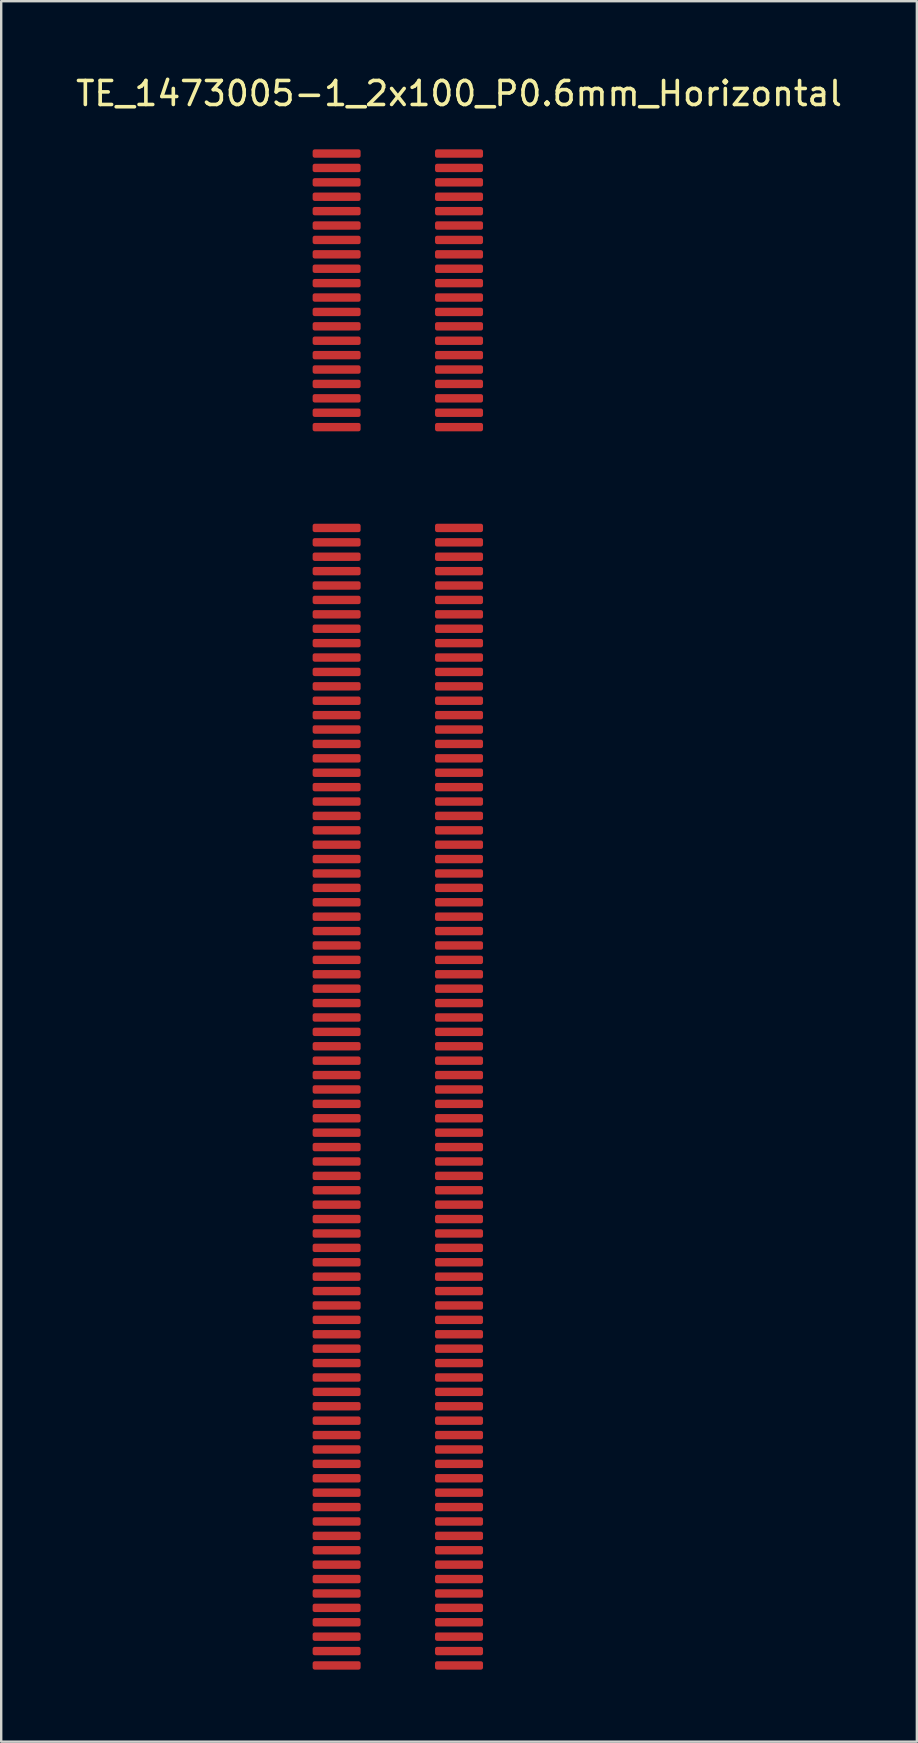
<source format=kicad_pcb>
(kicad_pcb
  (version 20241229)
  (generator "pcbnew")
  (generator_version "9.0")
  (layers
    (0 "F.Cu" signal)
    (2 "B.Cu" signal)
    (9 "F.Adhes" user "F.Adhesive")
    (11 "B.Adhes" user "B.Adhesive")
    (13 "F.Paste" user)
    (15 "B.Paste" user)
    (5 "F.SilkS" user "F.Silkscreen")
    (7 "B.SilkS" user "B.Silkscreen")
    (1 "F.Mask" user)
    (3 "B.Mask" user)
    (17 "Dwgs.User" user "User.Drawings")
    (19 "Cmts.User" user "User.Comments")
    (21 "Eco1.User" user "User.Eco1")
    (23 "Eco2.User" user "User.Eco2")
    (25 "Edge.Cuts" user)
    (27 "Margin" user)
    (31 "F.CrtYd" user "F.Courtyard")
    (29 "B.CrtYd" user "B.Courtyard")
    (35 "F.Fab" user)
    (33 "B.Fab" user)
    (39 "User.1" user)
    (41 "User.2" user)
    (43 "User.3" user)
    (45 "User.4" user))
  (footprint "TE_1473005-1_2x100_P0.6mm_Horizontal"
    (layer "F.Cu")
    (at 16.077 0.348)
    (property "Reference" "TE_1473005-1_2x100_P0.6mm_Horizontal" (at 0 0.5 0) (layer "F.SilkS") (effects (font (size 1 1) (thickness 0.15))))
    (attr through_hole)
    (pad "1" smd roundrect (at -5.1 3) (size 2 0.35) (layers "F.Cu" "F.Mask" "F.Paste") (roundrect_rratio 0.25))
    (pad "2" smd roundrect (at 0 3) (size 2 0.35) (layers "F.Cu" "F.Mask" "F.Paste") (roundrect_rratio 0.25))
    (pad "3" smd roundrect (at -5.1 3.6) (size 2 0.35) (layers "F.Cu" "F.Mask" "F.Paste") (roundrect_rratio 0.25))
    (pad "4" smd roundrect (at 0 3.6) (size 2 0.35) (layers "F.Cu" "F.Mask" "F.Paste") (roundrect_rratio 0.25))
    (pad "5" smd roundrect (at -5.1 4.2) (size 2 0.35) (layers "F.Cu" "F.Mask" "F.Paste") (roundrect_rratio 0.25))
    (pad "6" smd roundrect (at 0 4.2) (size 2 0.35) (layers "F.Cu" "F.Mask" "F.Paste") (roundrect_rratio 0.25))
    (pad "7" smd roundrect (at -5.1 4.8) (size 2 0.35) (layers "F.Cu" "F.Mask" "F.Paste") (roundrect_rratio 0.25))
    (pad "8" smd roundrect (at 0 4.8) (size 2 0.35) (layers "F.Cu" "F.Mask" "F.Paste") (roundrect_rratio 0.25))
    (pad "9" smd roundrect (at -5.1 5.4) (size 2 0.35) (layers "F.Cu" "F.Mask" "F.Paste") (roundrect_rratio 0.25))
    (pad "10" smd roundrect (at 0 5.4) (size 2 0.35) (layers "F.Cu" "F.Mask" "F.Paste") (roundrect_rratio 0.25))
    (pad "11" smd roundrect (at -5.1 6) (size 2 0.35) (layers "F.Cu" "F.Mask" "F.Paste") (roundrect_rratio 0.25))
    (pad "12" smd roundrect (at 0 6) (size 2 0.35) (layers "F.Cu" "F.Mask" "F.Paste") (roundrect_rratio 0.25))
    (pad "13" smd roundrect (at -5.1 6.6) (size 2 0.35) (layers "F.Cu" "F.Mask" "F.Paste") (roundrect_rratio 0.25))
    (pad "14" smd roundrect (at 0 6.6) (size 2 0.35) (layers "F.Cu" "F.Mask" "F.Paste") (roundrect_rratio 0.25))
    (pad "15" smd roundrect (at -5.1 7.2) (size 2 0.35) (layers "F.Cu" "F.Mask" "F.Paste") (roundrect_rratio 0.25))
    (pad "16" smd roundrect (at 0 7.2) (size 2 0.35) (layers "F.Cu" "F.Mask" "F.Paste") (roundrect_rratio 0.25))
    (pad "17" smd roundrect (at -5.1 7.8) (size 2 0.35) (layers "F.Cu" "F.Mask" "F.Paste") (roundrect_rratio 0.25))
    (pad "18" smd roundrect (at 0 7.8) (size 2 0.35) (layers "F.Cu" "F.Mask" "F.Paste") (roundrect_rratio 0.25))
    (pad "19" smd roundrect (at -5.1 8.4) (size 2 0.35) (layers "F.Cu" "F.Mask" "F.Paste") (roundrect_rratio 0.25))
    (pad "20" smd roundrect (at 0 8.4) (size 2 0.35) (layers "F.Cu" "F.Mask" "F.Paste") (roundrect_rratio 0.25))
    (pad "21" smd roundrect (at -5.1 9) (size 2 0.35) (layers "F.Cu" "F.Mask" "F.Paste") (roundrect_rratio 0.25))
    (pad "22" smd roundrect (at 0 9) (size 2 0.35) (layers "F.Cu" "F.Mask" "F.Paste") (roundrect_rratio 0.25))
    (pad "23" smd roundrect (at -5.1 9.6) (size 2 0.35) (layers "F.Cu" "F.Mask" "F.Paste") (roundrect_rratio 0.25))
    (pad "24" smd roundrect (at 0 9.6) (size 2 0.35) (layers "F.Cu" "F.Mask" "F.Paste") (roundrect_rratio 0.25))
    (pad "25" smd roundrect (at -5.1 10.2) (size 2 0.35) (layers "F.Cu" "F.Mask" "F.Paste") (roundrect_rratio 0.25))
    (pad "26" smd roundrect (at 0 10.2) (size 2 0.35) (layers "F.Cu" "F.Mask" "F.Paste") (roundrect_rratio 0.25))
    (pad "27" smd roundrect (at -5.1 10.8) (size 2 0.35) (layers "F.Cu" "F.Mask" "F.Paste") (roundrect_rratio 0.25))
    (pad "28" smd roundrect (at 0 10.8) (size 2 0.35) (layers "F.Cu" "F.Mask" "F.Paste") (roundrect_rratio 0.25))
    (pad "29" smd roundrect (at -5.1 11.4) (size 2 0.35) (layers "F.Cu" "F.Mask" "F.Paste") (roundrect_rratio 0.25))
    (pad "30" smd roundrect (at 0 11.4) (size 2 0.35) (layers "F.Cu" "F.Mask" "F.Paste") (roundrect_rratio 0.25))
    (pad "31" smd roundrect (at -5.1 12) (size 2 0.35) (layers "F.Cu" "F.Mask" "F.Paste") (roundrect_rratio 0.25))
    (pad "32" smd roundrect (at 0 12) (size 2 0.35) (layers "F.Cu" "F.Mask" "F.Paste") (roundrect_rratio 0.25))
    (pad "33" smd roundrect (at -5.1 12.6) (size 2 0.35) (layers "F.Cu" "F.Mask" "F.Paste") (roundrect_rratio 0.25))
    (pad "34" smd roundrect (at 0 12.6) (size 2 0.35) (layers "F.Cu" "F.Mask" "F.Paste") (roundrect_rratio 0.25))
    (pad "35" smd roundrect (at -5.1 13.2) (size 2 0.35) (layers "F.Cu" "F.Mask" "F.Paste") (roundrect_rratio 0.25))
    (pad "36" smd roundrect (at 0 13.2) (size 2 0.35) (layers "F.Cu" "F.Mask" "F.Paste") (roundrect_rratio 0.25))
    (pad "37" smd roundrect (at -5.1 13.8) (size 2 0.35) (layers "F.Cu" "F.Mask" "F.Paste") (roundrect_rratio 0.25))
    (pad "38" smd roundrect (at 0 13.8) (size 2 0.35) (layers "F.Cu" "F.Mask" "F.Paste") (roundrect_rratio 0.25))
    (pad "39" smd roundrect (at -5.1 14.4) (size 2 0.35) (layers "F.Cu" "F.Mask" "F.Paste") (roundrect_rratio 0.25))
    (pad "40" smd roundrect (at 0 14.4) (size 2 0.35) (layers "F.Cu" "F.Mask" "F.Paste") (roundrect_rratio 0.25))
    (pad "41" smd roundrect (at -5.1 18.6) (size 2 0.35) (layers "F.Cu" "F.Mask" "F.Paste") (roundrect_rratio 0.25))
    (pad "42" smd roundrect (at 0 18.6) (size 2 0.35) (layers "F.Cu" "F.Mask" "F.Paste") (roundrect_rratio 0.25))
    (pad "43" smd roundrect (at -5.1 19.2) (size 2 0.35) (layers "F.Cu" "F.Mask" "F.Paste") (roundrect_rratio 0.25))
    (pad "44" smd roundrect (at 0 19.2) (size 2 0.35) (layers "F.Cu" "F.Mask" "F.Paste") (roundrect_rratio 0.25))
    (pad "45" smd roundrect (at -5.1 19.8) (size 2 0.35) (layers "F.Cu" "F.Mask" "F.Paste") (roundrect_rratio 0.25))
    (pad "46" smd roundrect (at 0 19.8) (size 2 0.35) (layers "F.Cu" "F.Mask" "F.Paste") (roundrect_rratio 0.25))
    (pad "47" smd roundrect (at -5.1 20.4) (size 2 0.35) (layers "F.Cu" "F.Mask" "F.Paste") (roundrect_rratio 0.25))
    (pad "48" smd roundrect (at 0 20.4) (size 2 0.35) (layers "F.Cu" "F.Mask" "F.Paste") (roundrect_rratio 0.25))
    (pad "49" smd roundrect (at -5.1 21) (size 2 0.35) (layers "F.Cu" "F.Mask" "F.Paste") (roundrect_rratio 0.25))
    (pad "50" smd roundrect (at 0 21) (size 2 0.35) (layers "F.Cu" "F.Mask" "F.Paste") (roundrect_rratio 0.25))
    (pad "51" smd roundrect (at -5.1 21.6) (size 2 0.35) (layers "F.Cu" "F.Mask" "F.Paste") (roundrect_rratio 0.25))
    (pad "52" smd roundrect (at 0 21.6) (size 2 0.35) (layers "F.Cu" "F.Mask" "F.Paste") (roundrect_rratio 0.25))
    (pad "53" smd roundrect (at -5.1 22.2) (size 2 0.35) (layers "F.Cu" "F.Mask" "F.Paste") (roundrect_rratio 0.25))
    (pad "54" smd roundrect (at 0 22.2) (size 2 0.35) (layers "F.Cu" "F.Mask" "F.Paste") (roundrect_rratio 0.25))
    (pad "55" smd roundrect (at -5.1 22.8) (size 2 0.35) (layers "F.Cu" "F.Mask" "F.Paste") (roundrect_rratio 0.25))
    (pad "56" smd roundrect (at 0 22.8) (size 2 0.35) (layers "F.Cu" "F.Mask" "F.Paste") (roundrect_rratio 0.25))
    (pad "57" smd roundrect (at -5.1 23.4) (size 2 0.35) (layers "F.Cu" "F.Mask" "F.Paste") (roundrect_rratio 0.25))
    (pad "58" smd roundrect (at 0 23.4) (size 2 0.35) (layers "F.Cu" "F.Mask" "F.Paste") (roundrect_rratio 0.25))
    (pad "59" smd roundrect (at -5.1 24) (size 2 0.35) (layers "F.Cu" "F.Mask" "F.Paste") (roundrect_rratio 0.25))
    (pad "60" smd roundrect (at 0 24) (size 2 0.35) (layers "F.Cu" "F.Mask" "F.Paste") (roundrect_rratio 0.25))
    (pad "61" smd roundrect (at -5.1 24.6) (size 2 0.35) (layers "F.Cu" "F.Mask" "F.Paste") (roundrect_rratio 0.25))
    (pad "62" smd roundrect (at 0 24.6) (size 2 0.35) (layers "F.Cu" "F.Mask" "F.Paste") (roundrect_rratio 0.25))
    (pad "63" smd roundrect (at -5.1 25.2) (size 2 0.35) (layers "F.Cu" "F.Mask" "F.Paste") (roundrect_rratio 0.25))
    (pad "64" smd roundrect (at 0 25.2) (size 2 0.35) (layers "F.Cu" "F.Mask" "F.Paste") (roundrect_rratio 0.25))
    (pad "65" smd roundrect (at -5.1 25.8) (size 2 0.35) (layers "F.Cu" "F.Mask" "F.Paste") (roundrect_rratio 0.25))
    (pad "66" smd roundrect (at 0 25.8) (size 2 0.35) (layers "F.Cu" "F.Mask" "F.Paste") (roundrect_rratio 0.25))
    (pad "67" smd roundrect (at -5.1 26.4) (size 2 0.35) (layers "F.Cu" "F.Mask" "F.Paste") (roundrect_rratio 0.25))
    (pad "68" smd roundrect (at 0 26.4) (size 2 0.35) (layers "F.Cu" "F.Mask" "F.Paste") (roundrect_rratio 0.25))
    (pad "69" smd roundrect (at -5.1 27) (size 2 0.35) (layers "F.Cu" "F.Mask" "F.Paste") (roundrect_rratio 0.25))
    (pad "70" smd roundrect (at 0 27) (size 2 0.35) (layers "F.Cu" "F.Mask" "F.Paste") (roundrect_rratio 0.25))
    (pad "71" smd roundrect (at -5.1 27.6) (size 2 0.35) (layers "F.Cu" "F.Mask" "F.Paste") (roundrect_rratio 0.25))
    (pad "72" smd roundrect (at 0 27.6) (size 2 0.35) (layers "F.Cu" "F.Mask" "F.Paste") (roundrect_rratio 0.25))
    (pad "73" smd roundrect (at -5.1 28.2) (size 2 0.35) (layers "F.Cu" "F.Mask" "F.Paste") (roundrect_rratio 0.25))
    (pad "74" smd roundrect (at 0 28.2) (size 2 0.35) (layers "F.Cu" "F.Mask" "F.Paste") (roundrect_rratio 0.25))
    (pad "75" smd roundrect (at -5.1 28.8) (size 2 0.35) (layers "F.Cu" "F.Mask" "F.Paste") (roundrect_rratio 0.25))
    (pad "76" smd roundrect (at 0 28.8) (size 2 0.35) (layers "F.Cu" "F.Mask" "F.Paste") (roundrect_rratio 0.25))
    (pad "77" smd roundrect (at -5.1 29.4) (size 2 0.35) (layers "F.Cu" "F.Mask" "F.Paste") (roundrect_rratio 0.25))
    (pad "78" smd roundrect (at 0 29.4) (size 2 0.35) (layers "F.Cu" "F.Mask" "F.Paste") (roundrect_rratio 0.25))
    (pad "79" smd roundrect (at -5.1 30) (size 2 0.35) (layers "F.Cu" "F.Mask" "F.Paste") (roundrect_rratio 0.25))
    (pad "80" smd roundrect (at 0 30) (size 2 0.35) (layers "F.Cu" "F.Mask" "F.Paste") (roundrect_rratio 0.25))
    (pad "81" smd roundrect (at -5.1 30.6) (size 2 0.35) (layers "F.Cu" "F.Mask" "F.Paste") (roundrect_rratio 0.25))
    (pad "82" smd roundrect (at 0 30.6) (size 2 0.35) (layers "F.Cu" "F.Mask" "F.Paste") (roundrect_rratio 0.25))
    (pad "83" smd roundrect (at -5.1 31.2) (size 2 0.35) (layers "F.Cu" "F.Mask" "F.Paste") (roundrect_rratio 0.25))
    (pad "84" smd roundrect (at 0 31.2) (size 2 0.35) (layers "F.Cu" "F.Mask" "F.Paste") (roundrect_rratio 0.25))
    (pad "85" smd roundrect (at -5.1 31.8) (size 2 0.35) (layers "F.Cu" "F.Mask" "F.Paste") (roundrect_rratio 0.25))
    (pad "86" smd roundrect (at 0 31.8) (size 2 0.35) (layers "F.Cu" "F.Mask" "F.Paste") (roundrect_rratio 0.25))
    (pad "87" smd roundrect (at -5.1 32.4) (size 2 0.35) (layers "F.Cu" "F.Mask" "F.Paste") (roundrect_rratio 0.25))
    (pad "88" smd roundrect (at 0 32.4) (size 2 0.35) (layers "F.Cu" "F.Mask" "F.Paste") (roundrect_rratio 0.25))
    (pad "89" smd roundrect (at -5.1 33) (size 2 0.35) (layers "F.Cu" "F.Mask" "F.Paste") (roundrect_rratio 0.25))
    (pad "90" smd roundrect (at 0 33) (size 2 0.35) (layers "F.Cu" "F.Mask" "F.Paste") (roundrect_rratio 0.25))
    (pad "91" smd roundrect (at -5.1 33.6) (size 2 0.35) (layers "F.Cu" "F.Mask" "F.Paste") (roundrect_rratio 0.25))
    (pad "92" smd roundrect (at 0 33.6) (size 2 0.35) (layers "F.Cu" "F.Mask" "F.Paste") (roundrect_rratio 0.25))
    (pad "93" smd roundrect (at -5.1 34.2) (size 2 0.35) (layers "F.Cu" "F.Mask" "F.Paste") (roundrect_rratio 0.25))
    (pad "94" smd roundrect (at 0 34.2) (size 2 0.35) (layers "F.Cu" "F.Mask" "F.Paste") (roundrect_rratio 0.25))
    (pad "95" smd roundrect (at -5.1 34.8) (size 2 0.35) (layers "F.Cu" "F.Mask" "F.Paste") (roundrect_rratio 0.25))
    (pad "96" smd roundrect (at 0 34.8) (size 2 0.35) (layers "F.Cu" "F.Mask" "F.Paste") (roundrect_rratio 0.25))
    (pad "97" smd roundrect (at -5.1 35.4) (size 2 0.35) (layers "F.Cu" "F.Mask" "F.Paste") (roundrect_rratio 0.25))
    (pad "98" smd roundrect (at 0 35.4) (size 2 0.35) (layers "F.Cu" "F.Mask" "F.Paste") (roundrect_rratio 0.25))
    (pad "99" smd roundrect (at -5.1 36) (size 2 0.35) (layers "F.Cu" "F.Mask" "F.Paste") (roundrect_rratio 0.25))
    (pad "100" smd roundrect (at 0 36) (size 2 0.35) (layers "F.Cu" "F.Mask" "F.Paste") (roundrect_rratio 0.25))
    (pad "101" smd roundrect (at -5.1 36.6) (size 2 0.35) (layers "F.Cu" "F.Mask" "F.Paste") (roundrect_rratio 0.25))
    (pad "102" smd roundrect (at 0 36.6) (size 2 0.35) (layers "F.Cu" "F.Mask" "F.Paste") (roundrect_rratio 0.25))
    (pad "103" smd roundrect (at -5.1 37.2) (size 2 0.35) (layers "F.Cu" "F.Mask" "F.Paste") (roundrect_rratio 0.25))
    (pad "104" smd roundrect (at 0 37.2) (size 2 0.35) (layers "F.Cu" "F.Mask" "F.Paste") (roundrect_rratio 0.25))
    (pad "105" smd roundrect (at -5.1 37.8) (size 2 0.35) (layers "F.Cu" "F.Mask" "F.Paste") (roundrect_rratio 0.25))
    (pad "106" smd roundrect (at 0 37.8) (size 2 0.35) (layers "F.Cu" "F.Mask" "F.Paste") (roundrect_rratio 0.25))
    (pad "107" smd roundrect (at -5.1 38.4) (size 2 0.35) (layers "F.Cu" "F.Mask" "F.Paste") (roundrect_rratio 0.25))
    (pad "108" smd roundrect (at 0 38.4) (size 2 0.35) (layers "F.Cu" "F.Mask" "F.Paste") (roundrect_rratio 0.25))
    (pad "109" smd roundrect (at -5.1 39) (size 2 0.35) (layers "F.Cu" "F.Mask" "F.Paste") (roundrect_rratio 0.25))
    (pad "110" smd roundrect (at 0 39) (size 2 0.35) (layers "F.Cu" "F.Mask" "F.Paste") (roundrect_rratio 0.25))
    (pad "111" smd roundrect (at -5.1 39.6) (size 2 0.35) (layers "F.Cu" "F.Mask" "F.Paste") (roundrect_rratio 0.25))
    (pad "112" smd roundrect (at 0 39.6) (size 2 0.35) (layers "F.Cu" "F.Mask" "F.Paste") (roundrect_rratio 0.25))
    (pad "113" smd roundrect (at -5.1 40.2) (size 2 0.35) (layers "F.Cu" "F.Mask" "F.Paste") (roundrect_rratio 0.25))
    (pad "114" smd roundrect (at 0 40.2) (size 2 0.35) (layers "F.Cu" "F.Mask" "F.Paste") (roundrect_rratio 0.25))
    (pad "115" smd roundrect (at -5.1 40.8) (size 2 0.35) (layers "F.Cu" "F.Mask" "F.Paste") (roundrect_rratio 0.25))
    (pad "116" smd roundrect (at 0 40.8) (size 2 0.35) (layers "F.Cu" "F.Mask" "F.Paste") (roundrect_rratio 0.25))
    (pad "117" smd roundrect (at -5.1 41.4) (size 2 0.35) (layers "F.Cu" "F.Mask" "F.Paste") (roundrect_rratio 0.25))
    (pad "118" smd roundrect (at 0 41.4) (size 2 0.35) (layers "F.Cu" "F.Mask" "F.Paste") (roundrect_rratio 0.25))
    (pad "119" smd roundrect (at -5.1 42) (size 2 0.35) (layers "F.Cu" "F.Mask" "F.Paste") (roundrect_rratio 0.25))
    (pad "120" smd roundrect (at 0 42) (size 2 0.35) (layers "F.Cu" "F.Mask" "F.Paste") (roundrect_rratio 0.25))
    (pad "121" smd roundrect (at -5.1 42.6) (size 2 0.35) (layers "F.Cu" "F.Mask" "F.Paste") (roundrect_rratio 0.25))
    (pad "122" smd roundrect (at 0 42.6) (size 2 0.35) (layers "F.Cu" "F.Mask" "F.Paste") (roundrect_rratio 0.25))
    (pad "123" smd roundrect (at -5.1 43.2) (size 2 0.35) (layers "F.Cu" "F.Mask" "F.Paste") (roundrect_rratio 0.25))
    (pad "124" smd roundrect (at 0 43.2) (size 2 0.35) (layers "F.Cu" "F.Mask" "F.Paste") (roundrect_rratio 0.25))
    (pad "125" smd roundrect (at -5.1 43.8) (size 2 0.35) (layers "F.Cu" "F.Mask" "F.Paste") (roundrect_rratio 0.25))
    (pad "126" smd roundrect (at 0 43.8) (size 2 0.35) (layers "F.Cu" "F.Mask" "F.Paste") (roundrect_rratio 0.25))
    (pad "127" smd roundrect (at -5.1 44.4) (size 2 0.35) (layers "F.Cu" "F.Mask" "F.Paste") (roundrect_rratio 0.25))
    (pad "128" smd roundrect (at 0 44.4) (size 2 0.35) (layers "F.Cu" "F.Mask" "F.Paste") (roundrect_rratio 0.25))
    (pad "129" smd roundrect (at -5.1 45) (size 2 0.35) (layers "F.Cu" "F.Mask" "F.Paste") (roundrect_rratio 0.25))
    (pad "130" smd roundrect (at 0 45) (size 2 0.35) (layers "F.Cu" "F.Mask" "F.Paste") (roundrect_rratio 0.25))
    (pad "131" smd roundrect (at -5.1 45.6) (size 2 0.35) (layers "F.Cu" "F.Mask" "F.Paste") (roundrect_rratio 0.25))
    (pad "132" smd roundrect (at 0 45.6) (size 2 0.35) (layers "F.Cu" "F.Mask" "F.Paste") (roundrect_rratio 0.25))
    (pad "133" smd roundrect (at -5.1 46.2) (size 2 0.35) (layers "F.Cu" "F.Mask" "F.Paste") (roundrect_rratio 0.25))
    (pad "134" smd roundrect (at 0 46.2) (size 2 0.35) (layers "F.Cu" "F.Mask" "F.Paste") (roundrect_rratio 0.25))
    (pad "135" smd roundrect (at -5.1 46.8) (size 2 0.35) (layers "F.Cu" "F.Mask" "F.Paste") (roundrect_rratio 0.25))
    (pad "136" smd roundrect (at 0 46.8) (size 2 0.35) (layers "F.Cu" "F.Mask" "F.Paste") (roundrect_rratio 0.25))
    (pad "137" smd roundrect (at -5.1 47.4) (size 2 0.35) (layers "F.Cu" "F.Mask" "F.Paste") (roundrect_rratio 0.25))
    (pad "138" smd roundrect (at 0 47.4) (size 2 0.35) (layers "F.Cu" "F.Mask" "F.Paste") (roundrect_rratio 0.25))
    (pad "139" smd roundrect (at -5.1 48) (size 2 0.35) (layers "F.Cu" "F.Mask" "F.Paste") (roundrect_rratio 0.25))
    (pad "140" smd roundrect (at 0 48) (size 2 0.35) (layers "F.Cu" "F.Mask" "F.Paste") (roundrect_rratio 0.25))
    (pad "141" smd roundrect (at -5.1 48.6) (size 2 0.35) (layers "F.Cu" "F.Mask" "F.Paste") (roundrect_rratio 0.25))
    (pad "142" smd roundrect (at 0 48.6) (size 2 0.35) (layers "F.Cu" "F.Mask" "F.Paste") (roundrect_rratio 0.25))
    (pad "143" smd roundrect (at -5.1 49.2) (size 2 0.35) (layers "F.Cu" "F.Mask" "F.Paste") (roundrect_rratio 0.25))
    (pad "144" smd roundrect (at 0 49.2) (size 2 0.35) (layers "F.Cu" "F.Mask" "F.Paste") (roundrect_rratio 0.25))
    (pad "145" smd roundrect (at -5.1 49.8) (size 2 0.35) (layers "F.Cu" "F.Mask" "F.Paste") (roundrect_rratio 0.25))
    (pad "146" smd roundrect (at 0 49.8) (size 2 0.35) (layers "F.Cu" "F.Mask" "F.Paste") (roundrect_rratio 0.25))
    (pad "147" smd roundrect (at -5.1 50.4) (size 2 0.35) (layers "F.Cu" "F.Mask" "F.Paste") (roundrect_rratio 0.25))
    (pad "148" smd roundrect (at 0 50.4) (size 2 0.35) (layers "F.Cu" "F.Mask" "F.Paste") (roundrect_rratio 0.25))
    (pad "149" smd roundrect (at -5.1 51) (size 2 0.35) (layers "F.Cu" "F.Mask" "F.Paste") (roundrect_rratio 0.25))
    (pad "150" smd roundrect (at 0 51) (size 2 0.35) (layers "F.Cu" "F.Mask" "F.Paste") (roundrect_rratio 0.25))
    (pad "151" smd roundrect (at -5.1 51.6) (size 2 0.35) (layers "F.Cu" "F.Mask" "F.Paste") (roundrect_rratio 0.25))
    (pad "152" smd roundrect (at 0 51.6) (size 2 0.35) (layers "F.Cu" "F.Mask" "F.Paste") (roundrect_rratio 0.25))
    (pad "153" smd roundrect (at -5.1 52.2) (size 2 0.35) (layers "F.Cu" "F.Mask" "F.Paste") (roundrect_rratio 0.25))
    (pad "154" smd roundrect (at 0 52.2) (size 2 0.35) (layers "F.Cu" "F.Mask" "F.Paste") (roundrect_rratio 0.25))
    (pad "155" smd roundrect (at -5.1 52.8) (size 2 0.35) (layers "F.Cu" "F.Mask" "F.Paste") (roundrect_rratio 0.25))
    (pad "156" smd roundrect (at 0 52.8) (size 2 0.35) (layers "F.Cu" "F.Mask" "F.Paste") (roundrect_rratio 0.25))
    (pad "157" smd roundrect (at -5.1 53.4) (size 2 0.35) (layers "F.Cu" "F.Mask" "F.Paste") (roundrect_rratio 0.25))
    (pad "158" smd roundrect (at 0 53.4) (size 2 0.35) (layers "F.Cu" "F.Mask" "F.Paste") (roundrect_rratio 0.25))
    (pad "159" smd roundrect (at -5.1 54) (size 2 0.35) (layers "F.Cu" "F.Mask" "F.Paste") (roundrect_rratio 0.25))
    (pad "160" smd roundrect (at 0 54) (size 2 0.35) (layers "F.Cu" "F.Mask" "F.Paste") (roundrect_rratio 0.25))
    (pad "161" smd roundrect (at -5.1 54.6) (size 2 0.35) (layers "F.Cu" "F.Mask" "F.Paste") (roundrect_rratio 0.25))
    (pad "162" smd roundrect (at 0 54.6) (size 2 0.35) (layers "F.Cu" "F.Mask" "F.Paste") (roundrect_rratio 0.25))
    (pad "163" smd roundrect (at -5.1 55.2) (size 2 0.35) (layers "F.Cu" "F.Mask" "F.Paste") (roundrect_rratio 0.25))
    (pad "164" smd roundrect (at 0 55.2) (size 2 0.35) (layers "F.Cu" "F.Mask" "F.Paste") (roundrect_rratio 0.25))
    (pad "165" smd roundrect (at -5.1 55.8) (size 2 0.35) (layers "F.Cu" "F.Mask" "F.Paste") (roundrect_rratio 0.25))
    (pad "166" smd roundrect (at 0 55.8) (size 2 0.35) (layers "F.Cu" "F.Mask" "F.Paste") (roundrect_rratio 0.25))
    (pad "167" smd roundrect (at -5.1 56.4) (size 2 0.35) (layers "F.Cu" "F.Mask" "F.Paste") (roundrect_rratio 0.25))
    (pad "168" smd roundrect (at 0 56.4) (size 2 0.35) (layers "F.Cu" "F.Mask" "F.Paste") (roundrect_rratio 0.25))
    (pad "169" smd roundrect (at -5.1 57) (size 2 0.35) (layers "F.Cu" "F.Mask" "F.Paste") (roundrect_rratio 0.25))
    (pad "170" smd roundrect (at 0 57) (size 2 0.35) (layers "F.Cu" "F.Mask" "F.Paste") (roundrect_rratio 0.25))
    (pad "171" smd roundrect (at -5.1 57.6) (size 2 0.35) (layers "F.Cu" "F.Mask" "F.Paste") (roundrect_rratio 0.25))
    (pad "172" smd roundrect (at 0 57.6) (size 2 0.35) (layers "F.Cu" "F.Mask" "F.Paste") (roundrect_rratio 0.25))
    (pad "173" smd roundrect (at -5.1 58.2) (size 2 0.35) (layers "F.Cu" "F.Mask" "F.Paste") (roundrect_rratio 0.25))
    (pad "174" smd roundrect (at 0 58.2) (size 2 0.35) (layers "F.Cu" "F.Mask" "F.Paste") (roundrect_rratio 0.25))
    (pad "175" smd roundrect (at -5.1 58.8) (size 2 0.35) (layers "F.Cu" "F.Mask" "F.Paste") (roundrect_rratio 0.25))
    (pad "176" smd roundrect (at 0 58.8) (size 2 0.35) (layers "F.Cu" "F.Mask" "F.Paste") (roundrect_rratio 0.25))
    (pad "177" smd roundrect (at -5.1 59.4) (size 2 0.35) (layers "F.Cu" "F.Mask" "F.Paste") (roundrect_rratio 0.25))
    (pad "178" smd roundrect (at 0 59.4) (size 2 0.35) (layers "F.Cu" "F.Mask" "F.Paste") (roundrect_rratio 0.25))
    (pad "179" smd roundrect (at -5.1 60) (size 2 0.35) (layers "F.Cu" "F.Mask" "F.Paste") (roundrect_rratio 0.25))
    (pad "180" smd roundrect (at 0 60) (size 2 0.35) (layers "F.Cu" "F.Mask" "F.Paste") (roundrect_rratio 0.25))
    (pad "181" smd roundrect (at -5.1 60.6) (size 2 0.35) (layers "F.Cu" "F.Mask" "F.Paste") (roundrect_rratio 0.25))
    (pad "182" smd roundrect (at 0 60.6) (size 2 0.35) (layers "F.Cu" "F.Mask" "F.Paste") (roundrect_rratio 0.25))
    (pad "183" smd roundrect (at -5.1 61.2) (size 2 0.35) (layers "F.Cu" "F.Mask" "F.Paste") (roundrect_rratio 0.25))
    (pad "184" smd roundrect (at 0 61.2) (size 2 0.35) (layers "F.Cu" "F.Mask" "F.Paste") (roundrect_rratio 0.25))
    (pad "185" smd roundrect (at -5.1 61.8) (size 2 0.35) (layers "F.Cu" "F.Mask" "F.Paste") (roundrect_rratio 0.25))
    (pad "186" smd roundrect (at 0 61.8) (size 2 0.35) (layers "F.Cu" "F.Mask" "F.Paste") (roundrect_rratio 0.25))
    (pad "187" smd roundrect (at -5.1 62.4) (size 2 0.35) (layers "F.Cu" "F.Mask" "F.Paste") (roundrect_rratio 0.25))
    (pad "188" smd roundrect (at 0 62.4) (size 2 0.35) (layers "F.Cu" "F.Mask" "F.Paste") (roundrect_rratio 0.25))
    (pad "189" smd roundrect (at -5.1 63) (size 2 0.35) (layers "F.Cu" "F.Mask" "F.Paste") (roundrect_rratio 0.25))
    (pad "190" smd roundrect (at 0 63) (size 2 0.35) (layers "F.Cu" "F.Mask" "F.Paste") (roundrect_rratio 0.25))
    (pad "191" smd roundrect (at -5.1 63.6) (size 2 0.35) (layers "F.Cu" "F.Mask" "F.Paste") (roundrect_rratio 0.25))
    (pad "192" smd roundrect (at 0 63.6) (size 2 0.35) (layers "F.Cu" "F.Mask" "F.Paste") (roundrect_rratio 0.25))
    (pad "193" smd roundrect (at -5.1 64.2) (size 2 0.35) (layers "F.Cu" "F.Mask" "F.Paste") (roundrect_rratio 0.25))
    (pad "194" smd roundrect (at 0 64.2) (size 2 0.35) (layers "F.Cu" "F.Mask" "F.Paste") (roundrect_rratio 0.25))
    (pad "195" smd roundrect (at -5.1 64.8) (size 2 0.35) (layers "F.Cu" "F.Mask" "F.Paste") (roundrect_rratio 0.25))
    (pad "196" smd roundrect (at 0 64.8) (size 2 0.35) (layers "F.Cu" "F.Mask" "F.Paste") (roundrect_rratio 0.25))
    (pad "197" smd roundrect (at -5.1 65.4) (size 2 0.35) (layers "F.Cu" "F.Mask" "F.Paste") (roundrect_rratio 0.25))
    (pad "198" smd roundrect (at 0 65.4) (size 2 0.35) (layers "F.Cu" "F.Mask" "F.Paste") (roundrect_rratio 0.25))
    (pad "199" smd roundrect (at -5.1 66) (size 2 0.35) (layers "F.Cu" "F.Mask" "F.Paste") (roundrect_rratio 0.25))
    (pad "200" smd roundrect (at 0 66) (size 2 0.35) (layers "F.Cu" "F.Mask" "F.Paste") (roundrect_rratio 0.25)))
  (gr_rect
    (start -3 -3)
    (end 35.155 69.523)
    (stroke (width 0.1) (type default))
    (fill no)
    (layer "Edge.Cuts")))
</source>
